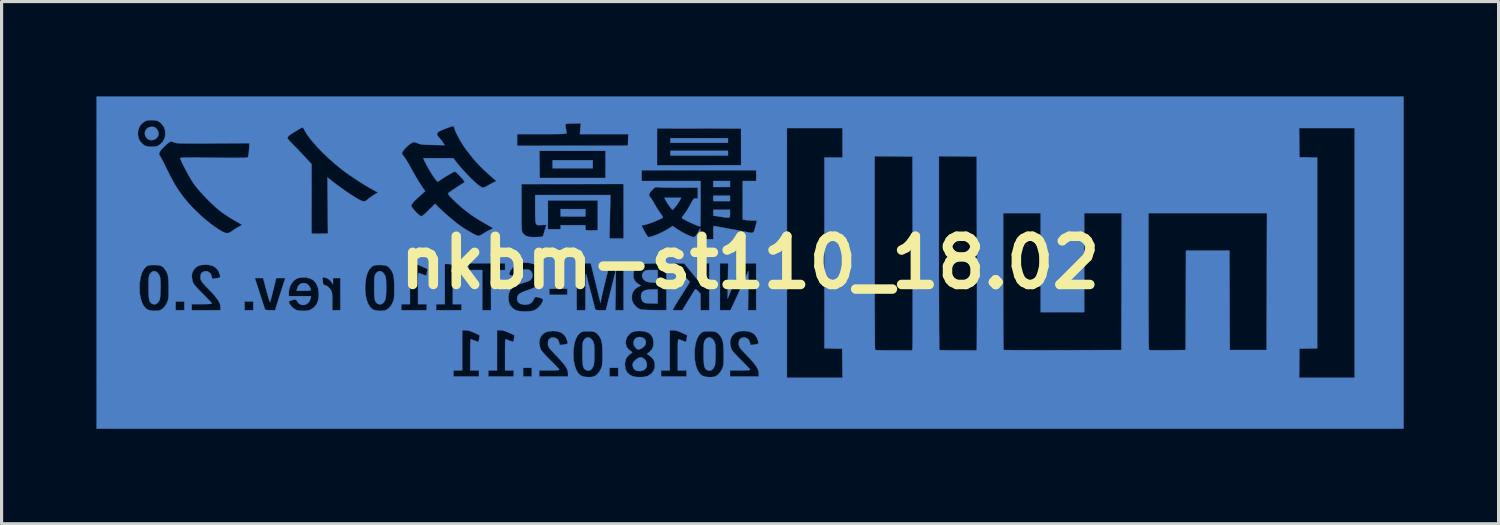
<source format=kicad_pcb>
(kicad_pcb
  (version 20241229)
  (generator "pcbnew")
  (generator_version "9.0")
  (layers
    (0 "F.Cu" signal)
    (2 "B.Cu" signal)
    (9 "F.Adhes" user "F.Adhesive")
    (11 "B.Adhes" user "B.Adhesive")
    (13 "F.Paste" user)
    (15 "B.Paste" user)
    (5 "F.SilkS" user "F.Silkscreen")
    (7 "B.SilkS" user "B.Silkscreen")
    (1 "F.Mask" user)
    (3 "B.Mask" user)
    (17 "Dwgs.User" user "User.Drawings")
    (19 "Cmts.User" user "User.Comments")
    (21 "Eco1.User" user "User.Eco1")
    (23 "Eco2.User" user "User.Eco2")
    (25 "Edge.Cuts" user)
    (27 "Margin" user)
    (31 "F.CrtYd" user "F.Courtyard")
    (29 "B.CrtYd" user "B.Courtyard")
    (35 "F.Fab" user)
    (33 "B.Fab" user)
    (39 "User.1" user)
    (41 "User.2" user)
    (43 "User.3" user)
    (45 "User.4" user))
  (footprint "nkbm-st110_18.02"
    (layer "F.Cu")
    (at 20.664 5.254)
    (property "Reference" "nkbm-st110_18.02" (at 0 0 0) (layer "F.SilkS") (effects (font (size 1.524 1.524) (thickness 0.3))))
    (attr through_hole)
    (fp_poly (pts (xy -5.207 -1.46) (xy -5.99 -1.46) (xy -5.99 -1.693) (xy -5.207 -1.693) (xy -5.207 -1.46)) (stroke (width 0.01) (type solid)) (fill yes) (layer "B.Cu"))
    (fp_poly (pts (xy -4.974 -2.985) (xy -6.244 -2.985) (xy -6.244 -3.239) (xy -4.974 -3.239) (xy -4.974 -2.985)) (stroke (width 0.01) (type solid)) (fill yes) (layer "B.Cu"))
    (fp_poly (pts (xy -0.699 -3.789) (xy -2.519 -3.789) (xy -2.519 -3.937) (xy -0.699 -3.937) (xy -0.699 -3.789)) (stroke (width 0.01) (type solid)) (fill yes) (layer "B.Cu"))
    (fp_poly (pts (xy -0.699 -3.387) (xy -2.519 -3.387) (xy -2.519 -3.535) (xy -0.699 -3.535) (xy -0.699 -3.387)) (stroke (width 0.01) (type solid)) (fill yes) (layer "B.Cu"))
    (fp_poly (pts (xy -0.635 -2.392) (xy -1.164 -2.392) (xy -1.164 -2.582) (xy -0.635 -2.582) (xy -0.635 -2.392)) (stroke (width 0.01) (type solid)) (fill yes) (layer "B.Cu"))
    (fp_poly (pts (xy -0.635 -1.947) (xy -1.164 -1.947) (xy -1.164 -2.117) (xy -0.635 -2.117) (xy -0.635 -1.947)) (stroke (width 0.01) (type solid)) (fill yes) (layer "B.Cu"))
    (fp_poly (pts (xy -0.635 -1.545) (xy -0.635 -1.492) (xy -0.638 -1.455) (xy -0.652 -1.432) (xy -0.681 -1.422) (xy -0.733 -1.423) (xy -0.812 -1.434) (xy -0.927 -1.451) (xy -0.958 -1.456) (xy -1.164 -1.488) (xy -1.164 -1.672) (xy -0.635 -1.672) (xy -0.635 -1.545)) (stroke (width 0.01) (type solid)) (fill yes) (layer "B.Cu"))
    (fp_poly (pts (xy -14.001 0.675) (xy -13.939 0.736) (xy -13.921 0.768) (xy -13.898 0.822) (xy -13.886 0.861) (xy -13.885 0.866) (xy -13.906 0.878) (xy -13.969 0.885) (xy -14.073 0.889) (xy -14.11 0.889) (xy -14.335 0.889) (xy -14.322 0.821) (xy -14.287 0.737) (xy -14.228 0.679) (xy -14.155 0.648) (xy -14.076 0.647) (xy -14.001 0.675)) (stroke (width 0.01) (type solid)) (fill yes) (layer "B.Cu"))
    (fp_poly (pts (xy -2.921 1.291) (xy -3.106 1.29) (xy -3.196 1.287) (xy -3.274 1.281) (xy -3.327 1.273) (xy -3.337 1.27) (xy -3.4 1.223) (xy -3.439 1.146) (xy -3.45 1.064) (xy -3.438 0.981) (xy -3.4 0.919) (xy -3.332 0.878) (xy -3.23 0.854) (xy -3.093 0.847) (xy -3.089 0.847) (xy -2.921 0.847) (xy -2.921 1.291)) (stroke (width 0.01) (type solid)) (fill yes) (layer "B.Cu"))
    (fp_poly (pts (xy -2.221 -1.972) (xy -2.254 -1.916) (xy -2.299 -1.849) (xy -2.348 -1.783) (xy -2.396 -1.725) (xy -2.433 -1.685) (xy -2.453 -1.672) (xy -2.473 -1.688) (xy -2.509 -1.731) (xy -2.553 -1.79) (xy -2.555 -1.794) (xy -2.605 -1.867) (xy -2.649 -1.938) (xy -2.675 -1.984) (xy -2.71 -2.053) (xy -2.179 -2.053) (xy -2.221 -1.972)) (stroke (width 0.01) (type solid)) (fill yes) (layer "B.Cu"))
    (fp_poly (pts (xy -3.404 2.365) (xy -3.339 2.407) (xy -3.302 2.467) (xy -3.294 2.537) (xy -3.318 2.608) (xy -3.374 2.674) (xy -3.429 2.709) (xy -3.494 2.74) (xy -3.538 2.748) (xy -3.576 2.731) (xy -3.621 2.69) (xy -3.671 2.616) (xy -3.687 2.537) (xy -3.672 2.461) (xy -3.628 2.399) (xy -3.561 2.359) (xy -3.496 2.349) (xy -3.404 2.365)) (stroke (width 0.01) (type solid)) (fill yes) (layer "B.Cu"))
    (fp_poly (pts (xy -2.921 0.635) (xy -3.022 0.632) (xy -3.107 0.627) (xy -3.194 0.618) (xy -3.213 0.615) (xy -3.303 0.585) (xy -3.369 0.533) (xy -3.408 0.466) (xy -3.417 0.393) (xy -3.392 0.323) (xy -3.356 0.281) (xy -3.323 0.257) (xy -3.286 0.243) (xy -3.233 0.236) (xy -3.153 0.233) (xy -3.11 0.233) (xy -2.921 0.233) (xy -2.921 0.635)) (stroke (width 0.01) (type solid)) (fill yes) (layer "B.Cu"))
    (fp_poly (pts (xy -18.848 -4.29) (xy -18.797 -4.264) (xy -18.763 -4.232) (xy -18.714 -4.155) (xy -18.7 -4.073) (xy -18.719 -3.995) (xy -18.767 -3.93) (xy -18.84 -3.886) (xy -18.918 -3.873) (xy -18.989 -3.881) (xy -19.043 -3.909) (xy -19.073 -3.935) (xy -19.123 -4.011) (xy -19.138 -4.092) (xy -19.12 -4.17) (xy -19.074 -4.236) (xy -19.004 -4.281) (xy -18.918 -4.297) (xy -18.848 -4.29)) (stroke (width 0.01) (type solid)) (fill yes) (layer "B.Cu"))
    (fp_poly (pts (xy -3.421 2.997) (xy -3.358 3.033) (xy -3.304 3.091) (xy -3.29 3.114) (xy -3.262 3.206) (xy -3.271 3.291) (xy -3.311 3.361) (xy -3.379 3.41) (xy -3.47 3.428) (xy -3.475 3.428) (xy -3.544 3.422) (xy -3.602 3.411) (xy -3.613 3.408) (xy -3.666 3.366) (xy -3.703 3.3) (xy -3.717 3.226) (xy -3.714 3.193) (xy -3.686 3.14) (xy -3.632 3.083) (xy -3.563 3.031) (xy -3.494 2.997) (xy -3.48 2.993) (xy -3.421 2.997)) (stroke (width 0.01) (type solid)) (fill yes) (layer "B.Cu"))
    (fp_poly (pts (xy -18.793 0.275) (xy -18.729 0.32) (xy -18.68 0.392) (xy -18.663 0.431) (xy -18.651 0.476) (xy -18.644 0.535) (xy -18.64 0.615) (xy -18.638 0.726) (xy -18.638 0.783) (xy -18.64 0.93) (xy -18.647 1.049) (xy -18.657 1.133) (xy -18.665 1.167) (xy -18.71 1.253) (xy -18.77 1.305) (xy -18.839 1.321) (xy -18.904 1.302) (xy -18.943 1.275) (xy -18.972 1.238) (xy -18.993 1.184) (xy -19.007 1.11) (xy -19.014 1.007) (xy -19.018 0.871) (xy -19.018 0.783) (xy -19.018 0.648) (xy -19.015 0.549) (xy -19.011 0.477) (xy -19.003 0.426) (xy -18.991 0.388) (xy -18.98 0.364) (xy -18.925 0.297) (xy -18.861 0.267) (xy -18.793 0.275)) (stroke (width 0.01) (type solid)) (fill yes) (layer "B.Cu"))
    (fp_poly (pts (xy -11.66 0.275) (xy -11.596 0.32) (xy -11.547 0.392) (xy -11.53 0.431) (xy -11.518 0.476) (xy -11.511 0.535) (xy -11.507 0.615) (xy -11.505 0.726) (xy -11.505 0.783) (xy -11.507 0.93) (xy -11.513 1.049) (xy -11.523 1.133) (xy -11.532 1.167) (xy -11.577 1.253) (xy -11.636 1.305) (xy -11.706 1.321) (xy -11.771 1.302) (xy -11.81 1.275) (xy -11.839 1.238) (xy -11.86 1.184) (xy -11.873 1.11) (xy -11.881 1.007) (xy -11.885 0.871) (xy -11.885 0.783) (xy -11.884 0.648) (xy -11.882 0.549) (xy -11.877 0.477) (xy -11.87 0.426) (xy -11.858 0.388) (xy -11.847 0.364) (xy -11.792 0.297) (xy -11.727 0.267) (xy -11.66 0.275)) (stroke (width 0.01) (type solid)) (fill yes) (layer "B.Cu"))
    (fp_poly (pts (xy -5.077 2.371) (xy -5.013 2.416) (xy -4.964 2.487) (xy -4.947 2.527) (xy -4.935 2.572) (xy -4.928 2.63) (xy -4.924 2.711) (xy -4.922 2.821) (xy -4.922 2.879) (xy -4.924 3.026) (xy -4.931 3.144) (xy -4.941 3.229) (xy -4.949 3.262) (xy -4.994 3.348) (xy -5.054 3.401) (xy -5.123 3.416) (xy -5.188 3.397) (xy -5.227 3.37) (xy -5.256 3.333) (xy -5.277 3.28) (xy -5.291 3.205) (xy -5.298 3.103) (xy -5.302 2.967) (xy -5.302 2.879) (xy -5.302 2.744) (xy -5.299 2.644) (xy -5.295 2.572) (xy -5.287 2.521) (xy -5.275 2.483) (xy -5.264 2.46) (xy -5.209 2.392) (xy -5.145 2.363) (xy -5.077 2.371)) (stroke (width 0.01) (type solid)) (fill yes) (layer "B.Cu"))
    (fp_poly (pts (xy -1.246 2.371) (xy -1.182 2.416) (xy -1.133 2.487) (xy -1.116 2.527) (xy -1.104 2.572) (xy -1.097 2.63) (xy -1.093 2.711) (xy -1.091 2.821) (xy -1.091 2.879) (xy -1.093 3.026) (xy -1.099 3.144) (xy -1.109 3.229) (xy -1.118 3.262) (xy -1.163 3.348) (xy -1.222 3.401) (xy -1.292 3.416) (xy -1.357 3.397) (xy -1.396 3.37) (xy -1.425 3.333) (xy -1.446 3.28) (xy -1.459 3.205) (xy -1.467 3.103) (xy -1.471 2.967) (xy -1.471 2.879) (xy -1.47 2.744) (xy -1.468 2.644) (xy -1.463 2.572) (xy -1.456 2.521) (xy -1.444 2.483) (xy -1.433 2.46) (xy -1.378 2.392) (xy -1.313 2.363) (xy -1.246 2.371)) (stroke (width 0.01) (type solid)) (fill yes) (layer "B.Cu"))
    (fp_poly (pts (xy 20.659 5.249) (xy -20.659 5.249) (xy -20.659 3.408) (xy -9.377 3.408) (xy -9.377 3.598) (xy -8.572 3.598) (xy -8.572 3.408) (xy -8.276 3.408) (xy -8.276 3.598) (xy -7.472 3.598) (xy -7.472 3.408) (xy -7.747 3.408) (xy -7.747 3.323) (xy -7.176 3.323) (xy -7.176 3.598) (xy -6.9 3.598) (xy -6.9 3.408) (xy -6.668 3.408) (xy -6.668 3.598) (xy -5.757 3.598) (xy -5.757 3.496) (xy -5.766 3.426) (xy -5.795 3.35) (xy -5.847 3.263) (xy -5.925 3.162) (xy -6.031 3.043) (xy -6.127 2.942) (xy -6.168 2.9) (xy -5.587 2.9) (xy -5.577 3.081) (xy -5.547 3.244) (xy -5.499 3.382) (xy -5.436 3.49) (xy -5.359 3.564) (xy -5.338 3.576) (xy -5.263 3.602) (xy -5.165 3.616) (xy -5.062 3.619) (xy -4.971 3.608) (xy -4.915 3.59) (xy -4.829 3.527) (xy -4.756 3.432) (xy -4.716 3.355) (xy -4.703 3.323) (xy -4.445 3.323) (xy -4.445 3.598) (xy -4.17 3.598) (xy -4.17 3.323) (xy -4.445 3.323) (xy -4.703 3.323) (xy -4.697 3.311) (xy -4.684 3.268) (xy -4.677 3.228) (xy -3.958 3.228) (xy -3.942 3.357) (xy -3.892 3.461) (xy -3.807 3.542) (xy -3.725 3.586) (xy -3.643 3.608) (xy -3.537 3.618) (xy -3.422 3.617) (xy -3.314 3.604) (xy -3.23 3.581) (xy -3.226 3.579) (xy -3.126 3.512) (xy -3.054 3.418) (xy -3.05 3.408) (xy -2.815 3.408) (xy -2.815 3.598) (xy -2.011 3.598) (xy -2.011 3.408) (xy -2.286 3.408) (xy -2.286 2.908) (xy -2.286 2.9) (xy -1.756 2.9) (xy -1.746 3.081) (xy -1.716 3.244) (xy -1.668 3.382) (xy -1.605 3.49) (xy -1.527 3.564) (xy -1.507 3.576) (xy -1.431 3.602) (xy -1.334 3.616) (xy -1.231 3.619) (xy -1.139 3.608) (xy -1.084 3.59) (xy -0.998 3.527) (xy -0.925 3.432) (xy -0.913 3.408) (xy -0.635 3.408) (xy -0.635 3.598) (xy 0.275 3.598) (xy 0.275 3.496) (xy 0.266 3.426) (xy 0.237 3.35) (xy 0.185 3.263) (xy 0.108 3.162) (xy 0.002 3.043) (xy -0.094 2.942) (xy -0.19 2.842) (xy -0.26 2.766) (xy -0.308 2.708) (xy -0.338 2.661) (xy -0.353 2.619) (xy -0.359 2.577) (xy -0.36 2.555) (xy -0.35 2.468) (xy -0.318 2.411) (xy -0.258 2.375) (xy -0.254 2.374) (xy -0.171 2.365) (xy -0.096 2.391) (xy -0.037 2.446) (xy -0.004 2.523) (xy 0 2.563) (xy 0.003 2.59) (xy 0.02 2.601) (xy 0.062 2.6) (xy 0.106 2.595) (xy 0.191 2.582) (xy 0.24 2.568) (xy 0.263 2.549) (xy 0.265 2.52) (xy 0.261 2.501) (xy 0.214 2.369) (xy 0.141 2.27) (xy 0.042 2.203) (xy -0.086 2.167) (xy -0.197 2.159) (xy -0.338 2.171) (xy -0.449 2.208) (xy -0.533 2.272) (xy -0.588 2.351) (xy -0.619 2.42) (xy -0.631 2.486) (xy -0.629 2.563) (xy -0.616 2.644) (xy -0.595 2.72) (xy -0.582 2.752) (xy -0.555 2.789) (xy -0.504 2.85) (xy -0.433 2.927) (xy -0.349 3.014) (xy -0.273 3.091) (xy -0.186 3.178) (xy -0.11 3.257) (xy -0.05 3.32) (xy -0.012 3.365) (xy 0 3.384) (xy -0.017 3.394) (xy -0.068 3.402) (xy -0.156 3.406) (xy -0.284 3.408) (xy -0.318 3.408) (xy -0.635 3.408) (xy -0.913 3.408) (xy -0.885 3.355) (xy -0.866 3.311) (xy -0.853 3.268) (xy -0.844 3.217) (xy -0.839 3.151) (xy -0.837 3.06) (xy -0.836 2.936) (xy -0.836 2.91) (xy -0.838 2.752) (xy -0.844 2.628) (xy -0.855 2.532) (xy -0.873 2.455) (xy -0.9 2.39) (xy -0.935 2.33) (xy -0.937 2.328) (xy -0.992 2.256) (xy -1.05 2.209) (xy -1.12 2.182) (xy -1.213 2.171) (xy -1.287 2.17) (xy -1.382 2.171) (xy -1.446 2.177) (xy -1.492 2.191) (xy -1.532 2.213) (xy -1.54 2.219) (xy -1.619 2.3) (xy -1.681 2.417) (xy -1.725 2.567) (xy -1.75 2.745) (xy -1.756 2.9) (xy -2.286 2.9) (xy -2.286 2.75) (xy -2.285 2.63) (xy -2.283 2.542) (xy -2.28 2.482) (xy -2.275 2.445) (xy -2.269 2.427) (xy -2.259 2.422) (xy -2.249 2.424) (xy -2.164 2.458) (xy -2.092 2.484) (xy -2.043 2.497) (xy -2.025 2.497) (xy -2.016 2.472) (xy -2.006 2.42) (xy -2.001 2.392) (xy -1.988 2.297) (xy -2.157 2.217) (xy -2.265 2.171) (xy -2.35 2.146) (xy -2.428 2.138) (xy -2.433 2.138) (xy -2.54 2.138) (xy -2.54 3.408) (xy -2.815 3.408) (xy -3.05 3.408) (xy -3.014 3.306) (xy -3.012 3.193) (xy -3.038 3.098) (xy -3.091 3.018) (xy -3.176 2.944) (xy -3.259 2.883) (xy -3.188 2.829) (xy -3.107 2.744) (xy -3.061 2.639) (xy -3.051 2.511) (xy -3.052 2.499) (xy -3.078 2.375) (xy -3.136 2.279) (xy -3.225 2.211) (xy -3.347 2.171) (xy -3.487 2.159) (xy -3.604 2.164) (xy -3.692 2.182) (xy -3.763 2.217) (xy -3.818 2.261) (xy -3.89 2.352) (xy -3.928 2.455) (xy -3.932 2.56) (xy -3.903 2.659) (xy -3.842 2.744) (xy -3.796 2.78) (xy -3.752 2.811) (xy -3.728 2.833) (xy -3.726 2.836) (xy -3.743 2.853) (xy -3.783 2.885) (xy -3.812 2.906) (xy -3.89 2.979) (xy -3.938 3.071) (xy -3.957 3.189) (xy -3.958 3.228) (xy -4.677 3.228) (xy -4.676 3.217) (xy -4.67 3.151) (xy -4.668 3.06) (xy -4.667 2.936) (xy -4.667 2.91) (xy -4.669 2.752) (xy -4.675 2.628) (xy -4.686 2.532) (xy -4.704 2.455) (xy -4.731 2.39) (xy -4.766 2.33) (xy -4.768 2.328) (xy -4.824 2.256) (xy -4.881 2.209) (xy -4.951 2.182) (xy -5.044 2.171) (xy -5.119 2.17) (xy -5.213 2.171) (xy -5.277 2.177) (xy -5.323 2.191) (xy -5.363 2.213) (xy -5.372 2.219) (xy -5.45 2.3) (xy -5.512 2.417) (xy -5.556 2.567) (xy -5.582 2.745) (xy -5.587 2.9) (xy -6.168 2.9) (xy -6.223 2.842) (xy -6.293 2.766) (xy -6.341 2.708) (xy -6.37 2.661) (xy -6.386 2.619) (xy -6.392 2.577) (xy -6.392 2.555) (xy -6.383 2.468) (xy -6.35 2.411) (xy -6.291 2.375) (xy -6.287 2.374) (xy -6.204 2.365) (xy -6.128 2.391) (xy -6.069 2.446) (xy -6.036 2.523) (xy -6.032 2.563) (xy -6.029 2.59) (xy -6.012 2.601) (xy -5.971 2.6) (xy -5.926 2.595) (xy -5.842 2.582) (xy -5.792 2.568) (xy -5.77 2.549) (xy -5.767 2.52) (xy -5.771 2.501) (xy -5.819 2.369) (xy -5.891 2.27) (xy -5.991 2.203) (xy -6.118 2.167) (xy -6.229 2.159) (xy -6.371 2.171) (xy -6.481 2.208) (xy -6.566 2.272) (xy -6.621 2.351) (xy -6.652 2.42) (xy -6.664 2.486) (xy -6.661 2.563) (xy -6.648 2.644) (xy -6.628 2.72) (xy -6.615 2.752) (xy -6.588 2.789) (xy -6.536 2.85) (xy -6.466 2.927) (xy -6.382 3.014) (xy -6.305 3.091) (xy -6.218 3.178) (xy -6.142 3.257) (xy -6.083 3.32) (xy -6.045 3.365) (xy -6.032 3.384) (xy -6.049 3.394) (xy -6.1 3.402) (xy -6.189 3.406) (xy -6.317 3.408) (xy -6.35 3.408) (xy -6.668 3.408) (xy -6.9 3.408) (xy -6.9 3.323) (xy -7.176 3.323) (xy -7.747 3.323) (xy -7.747 2.908) (xy -7.747 2.75) (xy -7.746 2.63) (xy -7.744 2.542) (xy -7.741 2.482) (xy -7.736 2.445) (xy -7.73 2.427) (xy -7.72 2.422) (xy -7.71 2.424) (xy -7.625 2.458) (xy -7.553 2.484) (xy -7.504 2.497) (xy -7.486 2.497) (xy -7.477 2.472) (xy -7.467 2.42) (xy -7.462 2.392) (xy -7.449 2.297) (xy -7.618 2.217) (xy -7.726 2.171) (xy -7.811 2.146) (xy -7.889 2.138) (xy -7.894 2.138) (xy -8.001 2.138) (xy -8.001 3.408) (xy -8.276 3.408) (xy -8.572 3.408) (xy -8.848 3.408) (xy -8.848 2.908) (xy -8.847 2.75) (xy -8.847 2.63) (xy -8.845 2.542) (xy -8.842 2.482) (xy -8.837 2.445) (xy -8.83 2.427) (xy -8.821 2.422) (xy -8.811 2.424) (xy -8.726 2.458) (xy -8.654 2.484) (xy -8.604 2.497) (xy -8.586 2.497) (xy -8.578 2.472) (xy -8.567 2.42) (xy -8.563 2.392) (xy -8.55 2.297) (xy -8.719 2.217) (xy -8.826 2.171) (xy -8.912 2.146) (xy -8.989 2.138) (xy -8.995 2.138) (xy -9.102 2.138) (xy -9.102 3.408) (xy -9.377 3.408) (xy -20.659 3.408) (xy -20.659 0.804) (xy -19.303 0.804) (xy -19.293 0.986) (xy -19.263 1.148) (xy -19.215 1.286) (xy -19.152 1.395) (xy -19.075 1.469) (xy -19.054 1.481) (xy -18.979 1.507) (xy -18.881 1.521) (xy -18.778 1.523) (xy -18.687 1.513) (xy -18.631 1.494) (xy -18.545 1.431) (xy -18.472 1.337) (xy -18.432 1.259) (xy -18.419 1.228) (xy -18.161 1.228) (xy -18.161 1.503) (xy -17.886 1.503) (xy -17.886 1.312) (xy -17.653 1.312) (xy -17.653 1.503) (xy -16.743 1.503) (xy -16.743 1.401) (xy -16.752 1.33) (xy -16.781 1.254) (xy -16.797 1.228) (xy -15.981 1.228) (xy -15.981 1.503) (xy -15.706 1.503) (xy -15.706 1.228) (xy -15.981 1.228) (xy -16.797 1.228) (xy -16.833 1.168) (xy -16.91 1.067) (xy -17.016 0.947) (xy -17.112 0.847) (xy -17.208 0.747) (xy -17.278 0.671) (xy -17.326 0.612) (xy -17.356 0.565) (xy -17.371 0.524) (xy -17.377 0.482) (xy -17.378 0.46) (xy -17.368 0.372) (xy -17.336 0.315) (xy -17.276 0.28) (xy -17.272 0.278) (xy -17.189 0.269) (xy -17.114 0.296) (xy -17.055 0.35) (xy -17.022 0.427) (xy -17.018 0.467) (xy -17.015 0.494) (xy -16.998 0.506) (xy -16.956 0.505) (xy -16.912 0.499) (xy -16.829 0.487) (xy -15.658 0.487) (xy -15.502 0.968) (xy -15.458 1.104) (xy -15.418 1.228) (xy -15.384 1.333) (xy -15.357 1.413) (xy -15.341 1.463) (xy -15.336 1.476) (xy -15.311 1.492) (xy -15.249 1.501) (xy -15.169 1.503) (xy -15.012 1.503) (xy -14.989 1.413) (xy -14.975 1.365) (xy -14.95 1.285) (xy -14.918 1.18) (xy -14.879 1.059) (xy -14.847 0.96) (xy -14.584 0.96) (xy -14.584 1.058) (xy -13.88 1.058) (xy -13.894 1.127) (xy -13.93 1.222) (xy -13.991 1.292) (xy -14.071 1.333) (xy -14.16 1.339) (xy -14.216 1.323) (xy -14.286 1.275) (xy -14.315 1.228) (xy -14.34 1.184) (xy -14.366 1.164) (xy -14.367 1.164) (xy -14.416 1.17) (xy -14.476 1.184) (xy -14.533 1.202) (xy -14.573 1.221) (xy -14.584 1.231) (xy -14.567 1.29) (xy -14.521 1.358) (xy -14.456 1.425) (xy -14.38 1.48) (xy -14.362 1.491) (xy -14.294 1.511) (xy -14.201 1.522) (xy -14.098 1.524) (xy -13.999 1.516) (xy -13.92 1.498) (xy -13.9 1.49) (xy -13.784 1.412) (xy -13.702 1.31) (xy -13.652 1.183) (xy -13.634 1.03) (xy -13.636 0.955) (xy -13.66 0.794) (xy -13.713 0.665) (xy -13.793 0.567) (xy -13.9 0.502) (xy -13.947 0.491) (xy -13.522 0.491) (xy -13.518 0.513) (xy -13.508 0.57) (xy -13.505 0.63) (xy -13.498 0.677) (xy -13.483 0.698) (xy -13.481 0.699) (xy -13.418 0.715) (xy -13.348 0.759) (xy -13.286 0.82) (xy -13.26 0.857) (xy -13.239 0.896) (xy -13.224 0.935) (xy -13.215 0.982) (xy -13.21 1.046) (xy -13.208 1.137) (xy -13.208 1.224) (xy -13.208 1.503) (xy -12.954 1.503) (xy -12.954 0.804) (xy -12.17 0.804) (xy -12.16 0.986) (xy -12.13 1.148) (xy -12.082 1.286) (xy -12.019 1.395) (xy -11.941 1.469) (xy -11.921 1.481) (xy -11.845 1.507) (xy -11.748 1.521) (xy -11.645 1.523) (xy -11.553 1.513) (xy -11.498 1.494) (xy -11.412 1.431) (xy -11.339 1.337) (xy -11.327 1.312) (xy -11.028 1.312) (xy -11.028 1.503) (xy -10.223 1.503) (xy -10.223 1.312) (xy -9.927 1.312) (xy -9.927 1.503) (xy -9.123 1.503) (xy -9.123 1.312) (xy -9.398 1.312) (xy -9.398 0.813) (xy -9.398 0.655) (xy -9.397 0.534) (xy -9.395 0.446) (xy -9.392 0.387) (xy -9.387 0.35) (xy -9.381 0.331) (xy -9.371 0.326) (xy -9.361 0.329) (xy -9.276 0.363) (xy -9.204 0.388) (xy -9.155 0.402) (xy -9.137 0.402) (xy -9.128 0.376) (xy -9.118 0.324) (xy -9.113 0.296) (xy -9.1 0.201) (xy -9.269 0.122) (xy -9.377 0.076) (xy -9.462 0.051) (xy -9.54 0.042) (xy -9.545 0.042) (xy -9.652 0.042) (xy -9.652 1.312) (xy -9.927 1.312) (xy -10.223 1.312) (xy -10.499 1.312) (xy -10.499 0.813) (xy -10.498 0.655) (xy -10.498 0.534) (xy -10.496 0.446) (xy -10.493 0.387) (xy -10.488 0.35) (xy -10.481 0.331) (xy -10.472 0.326) (xy -10.462 0.329) (xy -10.377 0.363) (xy -10.305 0.388) (xy -10.255 0.402) (xy -10.237 0.402) (xy -10.229 0.376) (xy -10.218 0.324) (xy -10.214 0.296) (xy -10.201 0.201) (xy -10.37 0.122) (xy -10.477 0.076) (xy -10.563 0.051) (xy -10.64 0.042) (xy -10.646 0.042) (xy -10.753 0.042) (xy -10.753 1.312) (xy -11.028 1.312) (xy -11.327 1.312) (xy -11.299 1.259) (xy -11.28 1.216) (xy -11.267 1.173) (xy -11.258 1.122) (xy -11.253 1.055) (xy -11.251 0.964) (xy -11.25 0.841) (xy -11.25 0.815) (xy -11.252 0.657) (xy -11.258 0.533) (xy -11.269 0.436) (xy -11.287 0.36) (xy -11.314 0.295) (xy -11.349 0.235) (xy -11.351 0.233) (xy -11.406 0.16) (xy -11.464 0.114) (xy -11.534 0.087) (xy -11.627 0.076) (xy -11.701 0.074) (xy -11.796 0.076) (xy -11.86 0.082) (xy -11.906 0.095) (xy -11.946 0.118) (xy -11.954 0.124) (xy -12.033 0.205) (xy -12.095 0.322) (xy -12.139 0.471) (xy -12.164 0.65) (xy -12.17 0.804) (xy -12.954 0.804) (xy -12.954 0.487) (xy -13.187 0.487) (xy -13.187 0.688) (xy -13.229 0.619) (xy -13.291 0.547) (xy -13.37 0.493) (xy -13.452 0.467) (xy -13.47 0.466) (xy -13.512 0.47) (xy -13.522 0.491) (xy -13.947 0.491) (xy -14.034 0.47) (xy -14.107 0.466) (xy -14.231 0.474) (xy -14.326 0.502) (xy -14.406 0.555) (xy -14.46 0.611) (xy -14.537 0.728) (xy -14.576 0.859) (xy -14.584 0.96) (xy -14.847 0.96) (xy -14.837 0.927) (xy -14.83 0.905) (xy -14.694 0.487) (xy -14.981 0.487) (xy -15.071 0.852) (xy -15.101 0.972) (xy -15.128 1.078) (xy -15.151 1.163) (xy -15.167 1.221) (xy -15.175 1.243) (xy -15.184 1.232) (xy -15.202 1.185) (xy -15.226 1.109) (xy -15.256 1.009) (xy -15.288 0.891) (xy -15.292 0.878) (xy -15.395 0.487) (xy -15.658 0.487) (xy -16.829 0.487) (xy -16.827 0.487) (xy -16.778 0.473) (xy -16.755 0.454) (xy -16.753 0.425) (xy -16.757 0.405) (xy -16.804 0.273) (xy -16.877 0.174) (xy -16.976 0.107) (xy -17.104 0.071) (xy -17.215 0.064) (xy -17.356 0.075) (xy -17.467 0.112) (xy -17.551 0.177) (xy -17.606 0.255) (xy -17.637 0.325) (xy -17.649 0.39) (xy -17.647 0.468) (xy -17.634 0.549) (xy -17.613 0.625) (xy -17.6 0.656) (xy -17.573 0.694) (xy -17.522 0.754) (xy -17.451 0.831) (xy -17.367 0.919) (xy -17.291 0.995) (xy -17.204 1.083) (xy -17.128 1.161) (xy -17.068 1.225) (xy -17.03 1.269) (xy -17.018 1.288) (xy -17.035 1.299) (xy -17.086 1.306) (xy -17.174 1.31) (xy -17.302 1.312) (xy -17.335 1.312) (xy -17.653 1.312) (xy -17.886 1.312) (xy -17.886 1.228) (xy -18.161 1.228) (xy -18.419 1.228) (xy -18.413 1.216) (xy -18.4 1.173) (xy -18.392 1.122) (xy -18.386 1.055) (xy -18.384 0.964) (xy -18.383 0.841) (xy -18.383 0.815) (xy -18.385 0.657) (xy -18.391 0.533) (xy -18.402 0.436) (xy -18.42 0.36) (xy -18.447 0.295) (xy -18.482 0.235) (xy -18.484 0.233) (xy -18.54 0.16) (xy -18.597 0.114) (xy -18.667 0.087) (xy -18.76 0.076) (xy -18.835 0.074) (xy -18.929 0.076) (xy -18.993 0.082) (xy -19.039 0.095) (xy -19.079 0.118) (xy -19.088 0.124) (xy -19.166 0.205) (xy -19.228 0.322) (xy -19.272 0.471) (xy -19.298 0.65) (xy -19.303 0.804) (xy -20.659 0.804) (xy -20.659 0.021) (xy -8.911 0.021) (xy -8.911 0.233) (xy -8.467 0.233) (xy -8.467 1.503) (xy -8.191 1.503) (xy -8.191 1.1) (xy -7.641 1.1) (xy -7.63 1.228) (xy -7.594 1.33) (xy -7.53 1.415) (xy -7.519 1.425) (xy -7.451 1.479) (xy -7.374 1.514) (xy -7.279 1.534) (xy -7.157 1.541) (xy -7.08 1.54) (xy -6.977 1.536) (xy -6.905 1.528) (xy -6.85 1.515) (xy -6.801 1.494) (xy -6.771 1.477) (xy -6.686 1.411) (xy -6.612 1.325) (xy -6.561 1.234) (xy -6.55 1.2) (xy -6.547 1.168) (xy -6.562 1.146) (xy -6.605 1.125) (xy -6.638 1.114) (xy -6.718 1.089) (xy -6.771 1.084) (xy -6.804 1.1) (xy -6.83 1.141) (xy -6.84 1.164) (xy -6.896 1.252) (xy -6.975 1.307) (xy -7.08 1.329) (xy -7.138 1.328) (xy -7.246 1.309) (xy -7.318 1.268) (xy -7.357 1.203) (xy -7.366 1.138) (xy -7.357 1.071) (xy -7.325 1.015) (xy -7.267 0.967) (xy -7.177 0.921) (xy -7.051 0.875) (xy -7.036 0.871) (xy -6.914 0.826) (xy -6.35 0.826) (xy -6.35 1.016) (xy -5.779 1.016) (xy -5.779 0.826) (xy -6.35 0.826) (xy -6.914 0.826) (xy -6.882 0.814) (xy -6.767 0.753) (xy -6.685 0.684) (xy -6.633 0.601) (xy -6.606 0.5) (xy -6.6 0.408) (xy -6.602 0.325) (xy -6.614 0.267) (xy -6.64 0.215) (xy -6.66 0.185) (xy -6.734 0.103) (xy -6.825 0.047) (xy -6.918 0.021) (xy -5.482 0.021) (xy -5.482 1.503) (xy -5.207 1.503) (xy -5.205 0.894) (xy -5.204 0.713) (xy -5.202 0.571) (xy -5.199 0.467) (xy -5.196 0.398) (xy -5.192 0.363) (xy -5.186 0.358) (xy -5.182 0.37) (xy -5.168 0.425) (xy -5.146 0.509) (xy -5.119 0.616) (xy -5.087 0.738) (xy -5.053 0.87) (xy -5.019 1.003) (xy -4.985 1.131) (xy -4.955 1.248) (xy -4.929 1.346) (xy -4.91 1.42) (xy -4.899 1.461) (xy -4.898 1.466) (xy -4.885 1.485) (xy -4.857 1.496) (xy -4.804 1.502) (xy -4.724 1.503) (xy -4.561 1.503) (xy -4.401 0.863) (xy -4.241 0.222) (xy -4.251 0.863) (xy -4.26 1.503) (xy -4 1.503) (xy -4 1.031) (xy -3.737 1.031) (xy -3.736 1.156) (xy -3.725 1.208) (xy -3.681 1.301) (xy -3.609 1.388) (xy -3.521 1.453) (xy -3.469 1.475) (xy -3.425 1.483) (xy -3.346 1.49) (xy -3.243 1.496) (xy -3.123 1.499) (xy -3.022 1.501) (xy -2.646 1.503) (xy -2.646 1.483) (xy -2.443 1.483) (xy -2.436 1.495) (xy -2.405 1.501) (xy -2.343 1.503) (xy -2.299 1.503) (xy -2.142 1.503) (xy -1.946 1.18) (xy -1.882 1.075) (xy -1.825 0.982) (xy -1.779 0.907) (xy -1.747 0.858) (xy -1.735 0.839) (xy -1.713 0.843) (xy -1.674 0.872) (xy -1.643 0.903) (xy -1.567 0.984) (xy -1.567 1.244) (xy -1.566 1.503) (xy -1.291 1.503) (xy -1.291 0.021) (xy -0.953 0.021) (xy -0.953 1.503) (xy -0.621 1.503) (xy -0.391 1.011) (xy -0.326 0.869) (xy -0.263 0.733) (xy -0.207 0.609) (xy -0.16 0.505) (xy -0.126 0.427) (xy -0.111 0.392) (xy -0.084 0.326) (xy -0.064 0.279) (xy -0.056 0.261) (xy -0.055 0.28) (xy -0.055 0.337) (xy -0.056 0.425) (xy -0.056 0.541) (xy -0.057 0.677) (xy -0.059 0.831) (xy -0.059 0.88) (xy -0.065 1.503) (xy 0.191 1.503) (xy 0.191 0.021) (xy -0.016 0.022) (xy -0.222 0.022) (xy -0.4 0.408) (xy -0.46 0.54) (xy -0.518 0.671) (xy -0.57 0.792) (xy -0.613 0.893) (xy -0.64 0.963) (xy -0.669 1.04) (xy -0.692 1.101) (xy -0.706 1.134) (xy -0.708 1.138) (xy -0.709 1.119) (xy -0.709 1.064) (xy -0.709 0.977) (xy -0.707 0.864) (xy -0.706 0.73) (xy -0.703 0.583) (xy -0.693 0.021) (xy -0.953 0.021) (xy -1.291 0.021) (xy -1.565 0.021) (xy -1.571 0.333) (xy -1.577 0.645) (xy -1.831 0.334) (xy -2.085 0.024) (xy -2.253 0.022) (xy -2.42 0.021) (xy -2.378 0.069) (xy -2.35 0.101) (xy -2.3 0.158) (xy -2.234 0.234) (xy -2.158 0.321) (xy -2.121 0.364) (xy -1.905 0.611) (xy -2.159 1.016) (xy -2.234 1.135) (xy -2.302 1.244) (xy -2.359 1.337) (xy -2.403 1.409) (xy -2.43 1.453) (xy -2.435 1.462) (xy -2.443 1.483) (xy -2.646 1.483) (xy -2.646 0.019) (xy -3.043 0.025) (xy -3.188 0.028) (xy -3.298 0.032) (xy -3.378 0.037) (xy -3.437 0.045) (xy -3.481 0.056) (xy -3.516 0.07) (xy -3.519 0.071) (xy -3.608 0.137) (xy -3.665 0.231) (xy -3.69 0.352) (xy -3.691 0.382) (xy -3.683 0.485) (xy -3.649 0.566) (xy -3.583 0.636) (xy -3.528 0.675) (xy -3.45 0.727) (xy -3.531 0.762) (xy -3.631 0.829) (xy -3.701 0.92) (xy -3.737 1.031) (xy -4 1.031) (xy -4 0.021) (xy -4.437 0.021) (xy -4.547 0.471) (xy -4.582 0.616) (xy -4.617 0.759) (xy -4.648 0.891) (xy -4.674 1.002) (xy -4.692 1.083) (xy -4.694 1.094) (xy -4.731 1.268) (xy -4.864 0.723) (xy -4.9 0.573) (xy -4.935 0.433) (xy -4.965 0.309) (xy -4.991 0.207) (xy -5.009 0.135) (xy -5.018 0.1) (xy -5.04 0.021) (xy -5.482 0.021) (xy -6.918 0.021) (xy -6.94 0.015) (xy -7.057 0.003) (xy -7.197 0.004) (xy -7.307 0.023) (xy -7.398 0.062) (xy -7.463 0.11) (xy -7.517 0.167) (xy -7.564 0.234) (xy -7.599 0.299) (xy -7.614 0.352) (xy -7.613 0.37) (xy -7.588 0.389) (xy -7.536 0.41) (xy -7.472 0.43) (xy -7.411 0.442) (xy -7.382 0.445) (xy -7.357 0.426) (xy -7.331 0.382) (xy -7.327 0.371) (xy -7.276 0.286) (xy -7.2 0.232) (xy -7.106 0.21) (xy -7 0.224) (xy -6.975 0.233) (xy -6.918 0.275) (xy -6.885 0.339) (xy -6.877 0.415) (xy -6.896 0.489) (xy -6.942 0.55) (xy -6.947 0.554) (xy -6.99 0.577) (xy -7.06 0.605) (xy -7.142 0.633) (xy -7.154 0.636) (xy -7.318 0.691) (xy -7.443 0.749) (xy -7.535 0.814) (xy -7.595 0.89) (xy -7.629 0.981) (xy -7.641 1.09) (xy -7.641 1.1) (xy -8.191 1.1) (xy -8.191 0.233) (xy -7.747 0.233) (xy -7.747 0.021) (xy -8.911 0.021) (xy -20.659 0.021) (xy -20.659 -3.441) (xy -18.685 -3.441) (xy -18.675 -3.402) (xy -18.652 -3.367) (xy -18.629 -3.329) (xy -18.591 -3.259) (xy -18.544 -3.167) (xy -18.49 -3.06) (xy -18.45 -2.978) (xy -18.32 -2.717) (xy -18.194 -2.488) (xy -18.066 -2.284) (xy -17.932 -2.097) (xy -17.785 -1.917) (xy -17.619 -1.736) (xy -17.591 -1.707) (xy -17.319 -1.447) (xy -17.048 -1.223) (xy -16.798 -1.05) (xy -16.69 -0.985) (xy -16.606 -0.947) (xy -16.537 -0.933) (xy -16.476 -0.943) (xy -16.412 -0.976) (xy -16.369 -1.007) (xy -16.292 -1.061) (xy -16.206 -1.113) (xy -16.168 -1.134) (xy -16.111 -1.164) (xy -16.074 -1.187) (xy -16.066 -1.195) (xy -16.083 -1.208) (xy -16.129 -1.237) (xy -16.198 -1.278) (xy -16.261 -1.314) (xy -16.457 -1.428) (xy -16.626 -1.539) (xy -16.781 -1.655) (xy -16.933 -1.785) (xy -17.095 -1.939) (xy -17.135 -1.978) (xy -17.242 -2.089) (xy -17.35 -2.206) (xy -17.448 -2.318) (xy -17.53 -2.418) (xy -17.575 -2.477) (xy -17.625 -2.552) (xy -17.684 -2.648) (xy -17.747 -2.758) (xy -17.811 -2.873) (xy -17.872 -2.987) (xy -17.927 -3.093) (xy -17.971 -3.185) (xy -18.001 -3.255) (xy -18.013 -3.296) (xy -18.013 -3.299) (xy -18.009 -3.306) (xy -17.994 -3.311) (xy -17.966 -3.316) (xy -17.92 -3.319) (xy -17.854 -3.322) (xy -17.764 -3.323) (xy -17.647 -3.323) (xy -17.5 -3.323) (xy -17.318 -3.321) (xy -17.1 -3.319) (xy -16.956 -3.318) (xy -16.706 -3.315) (xy -16.496 -3.313) (xy -16.322 -3.312) (xy -16.182 -3.313) (xy -16.072 -3.314) (xy -15.99 -3.316) (xy -15.932 -3.32) (xy -15.896 -3.325) (xy -15.878 -3.33) (xy -15.876 -3.332) (xy -15.866 -3.363) (xy -15.855 -3.427) (xy -15.845 -3.511) (xy -15.841 -3.568) (xy -15.827 -3.778) (xy -16.969 -3.771) (xy -17.221 -3.769) (xy -17.435 -3.769) (xy -17.614 -3.768) (xy -17.76 -3.769) (xy -17.878 -3.77) (xy -17.972 -3.772) (xy -18.044 -3.775) (xy -18.099 -3.778) (xy -18.139 -3.783) (xy -18.168 -3.79) (xy -18.19 -3.797) (xy -18.191 -3.797) (xy -18.253 -3.819) (xy -18.305 -3.831) (xy -18.314 -3.831) (xy -18.349 -3.816) (xy -18.403 -3.777) (xy -18.468 -3.721) (xy -18.536 -3.656) (xy -18.598 -3.59) (xy -18.646 -3.53) (xy -18.67 -3.49) (xy -18.685 -3.441) (xy -20.659 -3.441) (xy -20.659 -4.05) (xy -19.356 -4.05) (xy -19.333 -3.934) (xy -19.279 -3.828) (xy -19.194 -3.74) (xy -19.139 -3.704) (xy -19.085 -3.681) (xy -19.024 -3.669) (xy -18.941 -3.666) (xy -18.898 -3.667) (xy -18.812 -3.672) (xy -18.753 -3.681) (xy -18.708 -3.7) (xy -18.662 -3.732) (xy -18.655 -3.738) (xy -18.565 -3.828) (xy -18.511 -3.928) (xy -18.509 -3.94) (xy -14.626 -3.94) (xy -14.612 -3.912) (xy -14.573 -3.864) (xy -14.515 -3.801) (xy -14.462 -3.747) (xy -14.385 -3.67) (xy -14.29 -3.573) (xy -14.19 -3.468) (xy -14.094 -3.366) (xy -14.08 -3.35) (xy -13.863 -3.113) (xy -13.864 -2.038) (xy -13.864 -1.828) (xy -13.865 -1.631) (xy -13.865 -1.45) (xy -13.865 -1.29) (xy -13.865 -1.155) (xy -13.865 -1.048) (xy -13.865 -0.975) (xy -13.865 -0.939) (xy -13.865 -0.936) (xy -13.855 -0.924) (xy -13.821 -0.917) (xy -13.758 -0.914) (xy -13.661 -0.914) (xy -13.605 -0.915) (xy -13.346 -0.921) (xy -13.353 -1.808) (xy -13.361 -2.694) (xy -13.184 -2.554) (xy -13.063 -2.462) (xy -12.925 -2.362) (xy -12.781 -2.26) (xy -12.638 -2.164) (xy -12.507 -2.079) (xy -12.398 -2.014) (xy -12.378 -2.002) (xy -12.289 -1.957) (xy -12.223 -1.938) (xy -12.169 -1.945) (xy -12.114 -1.978) (xy -12.076 -2.011) (xy -12.023 -2.054) (xy -11.95 -2.105) (xy -11.889 -2.144) (xy -11.766 -2.217) (xy -12.003 -2.35) (xy -12.149 -2.434) (xy -12.311 -2.535) (xy -12.48 -2.644) (xy -12.645 -2.755) (xy -12.795 -2.861) (xy -12.92 -2.955) (xy -12.943 -2.973) (xy -13.144 -3.14) (xy -13.336 -3.311) (xy -13.495 -3.464) (xy -11.007 -3.464) (xy -10.993 -3.422) (xy -10.958 -3.37) (xy -10.945 -3.356) (xy -10.912 -3.313) (xy -10.866 -3.242) (xy -10.812 -3.152) (xy -10.756 -3.052) (xy -10.748 -3.037) (xy -10.668 -2.893) (xy -10.584 -2.746) (xy -10.5 -2.605) (xy -10.422 -2.48) (xy -10.355 -2.378) (xy -10.322 -2.332) (xy -10.269 -2.261) (xy -10.433 -2.117) (xy -10.546 -2.014) (xy -10.627 -1.933) (xy -10.68 -1.87) (xy -10.706 -1.821) (xy -10.71 -1.796) (xy -10.696 -1.761) (xy -10.658 -1.708) (xy -10.604 -1.645) (xy -10.544 -1.58) (xy -10.484 -1.523) (xy -10.434 -1.483) (xy -10.409 -1.469) (xy -10.384 -1.47) (xy -10.351 -1.488) (xy -10.302 -1.526) (xy -10.234 -1.589) (xy -10.162 -1.66) (xy -9.957 -1.863) (xy -9.884 -1.786) (xy -9.808 -1.711) (xy -9.709 -1.618) (xy -9.595 -1.516) (xy -9.476 -1.414) (xy -9.363 -1.32) (xy -9.265 -1.242) (xy -9.256 -1.235) (xy -9.152 -1.16) (xy -9.04 -1.085) (xy -8.927 -1.014) (xy -8.82 -0.95) (xy -8.725 -0.899) (xy -8.65 -0.863) (xy -8.601 -0.847) (xy -8.596 -0.847) (xy -8.549 -0.858) (xy -8.484 -0.888) (xy -8.429 -0.922) (xy -8.35 -0.971) (xy -8.268 -1.016) (xy -8.222 -1.037) (xy -8.168 -1.063) (xy -8.134 -1.082) (xy -8.128 -1.087) (xy -8.145 -1.101) (xy -8.191 -1.13) (xy -8.258 -1.168) (xy -8.292 -1.187) (xy -8.571 -1.349) (xy -8.82 -1.512) (xy -9.047 -1.684) (xy -9.265 -1.874) (xy -9.35 -1.955) (xy -9.437 -2.04) (xy -9.496 -2.102) (xy -9.531 -2.145) (xy -9.546 -2.173) (xy -9.545 -2.192) (xy -9.542 -2.196) (xy -9.517 -2.217) (xy -9.464 -2.255) (xy -9.392 -2.306) (xy -9.308 -2.363) (xy -9.22 -2.421) (xy -9.137 -2.475) (xy -9.067 -2.519) (xy -9.047 -2.531) (xy -9.032 -2.544) (xy -9.031 -2.563) (xy -9.048 -2.593) (xy -9.087 -2.642) (xy -9.152 -2.714) (xy -9.154 -2.716) (xy -9.218 -2.784) (xy -9.275 -2.838) (xy -9.317 -2.871) (xy -9.334 -2.879) (xy -9.363 -2.868) (xy -9.42 -2.84) (xy -9.494 -2.799) (xy -9.577 -2.751) (xy -9.661 -2.7) (xy -9.737 -2.652) (xy -9.795 -2.613) (xy -9.823 -2.591) (xy -9.86 -2.567) (xy -9.878 -2.561) (xy -9.902 -2.579) (xy -9.942 -2.627) (xy -9.993 -2.698) (xy -10.052 -2.787) (xy -10.114 -2.886) (xy -10.174 -2.989) (xy -10.23 -3.088) (xy -10.276 -3.177) (xy -10.301 -3.232) (xy -10.33 -3.302) (xy -9.382 -3.302) (xy -9.304 -3.201) (xy -9.197 -3.068) (xy -9.082 -2.936) (xy -8.965 -2.808) (xy -8.85 -2.69) (xy -8.74 -2.584) (xy -8.641 -2.495) (xy -8.555 -2.427) (xy -8.488 -2.384) (xy -8.446 -2.371) (xy -8.392 -2.383) (xy -8.333 -2.412) (xy -8.329 -2.414) (xy -8.275 -2.448) (xy -8.212 -2.484) (xy -7.228 -2.484) (xy -7.228 -1.741) (xy -7.228 -1.544) (xy -7.228 -1.384) (xy -7.227 -1.258) (xy -7.225 -1.161) (xy -7.222 -1.089) (xy -7.218 -1.036) (xy -7.212 -0.999) (xy -7.205 -0.973) (xy -7.195 -0.954) (xy -7.185 -0.938) (xy -7.134 -0.881) (xy -7.073 -0.842) (xy -6.996 -0.819) (xy -6.892 -0.809) (xy -6.774 -0.809) (xy -6.675 -0.812) (xy -6.61 -0.816) (xy -6.572 -0.824) (xy -6.551 -0.836) (xy -6.541 -0.856) (xy -6.537 -0.868) (xy -6.518 -0.936) (xy -6.495 -1.014) (xy -6.481 -1.058) (xy -6.392 -1.058) (xy -5.99 -1.058) (xy -5.99 -1.185) (xy -5.207 -1.185) (xy -5.207 -1.115) (xy -5.203 -1.062) (xy -5.193 -1.03) (xy -5.192 -1.029) (xy -5.165 -1.023) (xy -5.107 -1.02) (xy -5.028 -1.02) (xy -4.996 -1.021) (xy -4.815 -1.027) (xy -4.815 -1.968) (xy -5.604 -1.968) (xy -6.392 -1.968) (xy -6.392 -1.058) (xy -6.481 -1.058) (xy -6.472 -1.089) (xy -6.453 -1.148) (xy -6.443 -1.177) (xy -6.452 -1.19) (xy -6.495 -1.194) (xy -6.576 -1.191) (xy -6.585 -1.19) (xy -6.65 -1.186) (xy -6.7 -1.186) (xy -6.737 -1.196) (xy -6.763 -1.221) (xy -6.779 -1.264) (xy -6.789 -1.332) (xy -6.793 -1.429) (xy -6.794 -1.559) (xy -6.795 -1.697) (xy -6.795 -2.138) (xy -4.417 -2.138) (xy -4.431 -1.45) (xy -4.446 -0.762) (xy -4 -0.762) (xy -4 -2.487) (xy -7.228 -2.484) (xy -8.212 -2.484) (xy -8.202 -2.489) (xy -8.143 -2.52) (xy -8.021 -2.583) (xy -8.154 -2.694) (xy -8.461 -2.972) (xy -8.742 -3.273) (xy -8.947 -3.535) (xy -6.66 -3.535) (xy -6.656 -3.106) (xy -6.654 -2.977) (xy -6.653 -2.863) (xy -6.652 -2.771) (xy -6.65 -2.707) (xy -6.649 -2.678) (xy -6.649 -2.677) (xy -6.628 -2.677) (xy -6.569 -2.677) (xy -6.475 -2.677) (xy -6.351 -2.677) (xy -6.202 -2.677) (xy -6.03 -2.677) (xy -5.84 -2.677) (xy -5.637 -2.677) (xy -4.572 -2.677) (xy -4.572 -2.921) (xy -3.429 -2.921) (xy -3.429 -2.582) (xy -1.566 -2.582) (xy -1.566 -1.863) (xy -1.567 -1.693) (xy -1.567 -1.537) (xy -1.569 -1.401) (xy -1.57 -1.289) (xy -1.572 -1.205) (xy -1.575 -1.155) (xy -1.576 -1.143) (xy -1.614 -1.152) (xy -1.677 -1.175) (xy -1.758 -1.208) (xy -1.849 -1.249) (xy -1.941 -1.292) (xy -2.027 -1.334) (xy -2.097 -1.372) (xy -2.144 -1.4) (xy -2.159 -1.416) (xy -2.147 -1.438) (xy -2.116 -1.485) (xy -2.071 -1.546) (xy -2.064 -1.556) (xy -2.007 -1.637) (xy -1.945 -1.737) (xy -1.888 -1.838) (xy -1.878 -1.857) (xy -1.835 -1.939) (xy -1.804 -1.991) (xy -1.778 -2.019) (xy -1.751 -2.03) (xy -1.72 -2.032) (xy -1.651 -2.032) (xy -1.651 -2.371) (xy -2.217 -2.371) (xy -2.374 -2.371) (xy -2.523 -2.373) (xy -2.656 -2.375) (xy -2.767 -2.378) (xy -2.848 -2.381) (xy -2.89 -2.384) (xy -2.949 -2.389) (xy -2.989 -2.385) (xy -3.026 -2.364) (xy -3.073 -2.321) (xy -3.097 -2.297) (xy -3.163 -2.221) (xy -3.192 -2.158) (xy -3.186 -2.105) (xy -3.153 -2.063) (xy -3.123 -2.026) (xy -3.082 -1.963) (xy -3.037 -1.886) (xy -3.026 -1.864) (xy -2.971 -1.767) (xy -2.908 -1.666) (xy -2.849 -1.581) (xy -2.847 -1.577) (xy -2.801 -1.514) (xy -2.767 -1.464) (xy -2.752 -1.437) (xy -2.752 -1.436) (xy -2.77 -1.416) (xy -2.821 -1.388) (xy -2.896 -1.352) (xy -2.987 -1.314) (xy -3.085 -1.275) (xy -3.183 -1.24) (xy -3.272 -1.211) (xy -3.344 -1.192) (xy -3.389 -1.185) (xy -3.422 -1.182) (xy -3.429 -1.177) (xy -3.419 -1.148) (xy -3.393 -1.094) (xy -3.357 -1.025) (xy -3.316 -0.952) (xy -3.277 -0.885) (xy -3.244 -0.835) (xy -3.225 -0.811) (xy -3.224 -0.81) (xy -3.182 -0.811) (xy -3.11 -0.828) (xy -3.018 -0.86) (xy -2.912 -0.903) (xy -2.801 -0.954) (xy -2.692 -1.009) (xy -2.594 -1.065) (xy -2.543 -1.097) (xy -2.45 -1.16) (xy -2.31 -1.065) (xy -2.213 -1.004) (xy -2.108 -0.944) (xy -2.004 -0.891) (xy -1.91 -0.848) (xy -1.832 -0.819) (xy -1.781 -0.808) (xy -1.774 -0.808) (xy -1.736 -0.828) (xy -1.694 -0.88) (xy -1.651 -0.95) (xy -1.577 -1.085) (xy -1.571 -0.913) (xy -1.565 -0.741) (xy -1.164 -0.741) (xy -1.164 -0.955) (xy -1.164 -1.051) (xy -1.162 -1.113) (xy -1.156 -1.147) (xy -1.145 -1.16) (xy -1.127 -1.159) (xy -1.117 -1.157) (xy -1.081 -1.149) (xy -1.011 -1.136) (xy -0.915 -1.118) (xy -0.802 -1.097) (xy -0.709 -1.08) (xy -0.575 -1.056) (xy -0.442 -1.032) (xy -0.32 -1.009) (xy -0.221 -0.99) (xy -0.18 -0.982) (xy -0.065 -0.959) (xy 0.015 -0.946) (xy 0.069 -0.946) (xy 0.103 -0.959) (xy 0.124 -0.989) (xy 0.141 -1.037) (xy 0.151 -1.074) (xy 0.173 -1.155) (xy 0.191 -1.228) (xy 0.201 -1.27) (xy 0.215 -1.333) (xy 0.089 -1.333) (xy -0.001 -1.336) (xy -0.092 -1.342) (xy -0.135 -1.347) (xy -0.233 -1.36) (xy -0.233 -2.582) (xy 0.191 -2.582) (xy 0.191 -2.921) (xy -3.429 -2.921) (xy -4.572 -2.921) (xy -4.572 -3.08) (xy -2.942 -3.08) (xy -1.614 -3.08) (xy -0.286 -3.081) (xy -0.286 -4.241) (xy -1.614 -4.243) (xy -2.942 -4.244) (xy -2.942 -3.08) (xy -4.572 -3.08) (xy -4.572 -3.535) (xy -6.66 -3.535) (xy -8.947 -3.535) (xy -8.99 -3.59) (xy -9.058 -3.689) (xy -9.061 -3.694) (xy -7.366 -3.694) (xy -5.614 -3.696) (xy -3.863 -3.698) (xy -3.857 -3.881) (xy -3.851 -4.064) (xy -5.381 -4.064) (xy -5.366 -4.233) (xy -5.364 -4.255) (xy 1.164 -4.255) (xy 1.164 3.641) (xy 2.922 3.641) (xy 2.916 3.18) (xy 2.91 2.72) (xy 2.63 2.714) (xy 2.349 2.708) (xy 2.349 -0.311) (xy 3.937 -0.311) (xy 3.937 0.046) (xy 3.937 0.39) (xy 3.938 0.721) (xy 3.938 1.035) (xy 3.939 1.331) (xy 3.94 1.606) (xy 3.941 1.857) (xy 3.942 2.082) (xy 3.944 2.279) (xy 3.945 2.446) (xy 3.946 2.579) (xy 3.948 2.678) (xy 3.95 2.738) (xy 3.951 2.759) (xy 3.975 2.762) (xy 4.036 2.766) (xy 4.128 2.769) (xy 4.245 2.771) (xy 4.383 2.772) (xy 4.535 2.773) (xy 4.543 2.773) (xy 5.122 2.773) (xy 5.133 2.725) (xy 5.134 2.699) (xy 5.136 2.632) (xy 5.137 2.529) (xy 5.138 2.39) (xy 5.138 2.218) (xy 5.139 2.016) (xy 5.139 1.787) (xy 5.14 1.532) (xy 5.14 1.254) (xy 5.14 0.956) (xy 5.14 0.639) (xy 5.14 0.307) (xy 5.139 -0.038) (xy 5.139 -0.311) (xy 5.969 -0.311) (xy 5.969 0.046) (xy 5.969 0.39) (xy 5.97 0.721) (xy 5.97 1.035) (xy 5.971 1.331) (xy 5.972 1.606) (xy 5.973 1.857) (xy 5.974 2.082) (xy 5.976 2.279) (xy 5.977 2.446) (xy 5.978 2.579) (xy 5.98 2.678) (xy 5.982 2.738) (xy 5.983 2.759) (xy 6.007 2.762) (xy 6.068 2.766) (xy 6.16 2.769) (xy 6.277 2.771) (xy 6.415 2.772) (xy 6.567 2.773) (xy 6.575 2.773) (xy 7.154 2.773) (xy 7.165 2.725) (xy 7.166 2.699) (xy 7.168 2.632) (xy 7.169 2.529) (xy 7.17 2.39) (xy 7.17 2.218) (xy 7.171 2.016) (xy 7.171 1.787) (xy 7.172 1.532) (xy 7.172 1.254) (xy 7.172 0.956) (xy 7.172 0.639) (xy 7.172 0.307) (xy 7.171 -0.038) (xy 7.171 -0.339) (xy 7.168 -1.566) (xy 8.001 -1.566) (xy 8.001 0.589) (xy 8.001 0.888) (xy 8.002 1.174) (xy 8.002 1.446) (xy 8.003 1.7) (xy 8.004 1.934) (xy 8.005 2.144) (xy 8.007 2.328) (xy 8.008 2.483) (xy 8.01 2.607) (xy 8.012 2.695) (xy 8.014 2.747) (xy 8.015 2.759) (xy 8.038 2.761) (xy 8.1 2.763) (xy 8.198 2.764) (xy 8.33 2.766) (xy 8.491 2.767) (xy 8.68 2.768) (xy 8.893 2.768) (xy 9.126 2.769) (xy 9.377 2.769) (xy 9.644 2.768) (xy 9.883 2.768) (xy 11.737 2.762) (xy 11.742 0.598) (xy 11.748 -1.566) (xy 12.594 -1.566) (xy 12.594 0.589) (xy 12.594 0.888) (xy 12.595 1.174) (xy 12.595 1.446) (xy 12.596 1.7) (xy 12.597 1.934) (xy 12.599 2.144) (xy 12.6 2.328) (xy 12.602 2.483) (xy 12.603 2.607) (xy 12.605 2.696) (xy 12.607 2.747) (xy 12.609 2.759) (xy 12.633 2.763) (xy 12.694 2.766) (xy 12.786 2.768) (xy 12.903 2.769) (xy 13.04 2.769) (xy 13.192 2.768) (xy 13.196 2.768) (xy 13.769 2.762) (xy 13.78 -0.381) (xy 15.155 -0.381) (xy 15.16 1.191) (xy 15.166 2.762) (xy 16.33 2.762) (xy 16.335 0.598) (xy 16.341 -1.566) (xy 12.594 -1.566) (xy 11.748 -1.566) (xy 10.562 -1.566) (xy 10.562 1.566) (xy 9.186 1.566) (xy 9.186 -1.566) (xy 8.001 -1.566) (xy 7.168 -1.566) (xy 7.165 -3.355) (xy 6.567 -3.361) (xy 5.969 -3.366) (xy 5.969 -0.311) (xy 5.139 -0.311) (xy 5.139 -0.339) (xy 5.133 -3.355) (xy 4.535 -3.361) (xy 3.937 -3.366) (xy 3.937 -0.311) (xy 2.349 -0.311) (xy 2.349 -3.323) (xy 2.921 -3.323) (xy 2.921 -4.255) (xy 17.356 -4.255) (xy 17.362 -3.794) (xy 17.367 -3.334) (xy 17.648 -3.328) (xy 17.928 -3.322) (xy 17.928 2.708) (xy 17.648 2.714) (xy 17.367 2.72) (xy 17.362 3.18) (xy 17.356 3.641) (xy 19.113 3.641) (xy 19.113 -4.255) (xy 17.356 -4.255) (xy 2.921 -4.255) (xy 1.164 -4.255) (xy -5.364 -4.255) (xy -5.351 -4.403) (xy -5.57 -4.402) (xy -5.665 -4.4) (xy -5.745 -4.396) (xy -5.8 -4.389) (xy -5.819 -4.383) (xy -5.835 -4.365) (xy -5.838 -4.332) (xy -5.83 -4.273) (xy -5.824 -4.242) (xy -5.811 -4.171) (xy -5.802 -4.115) (xy -5.8 -4.092) (xy -5.806 -4.085) (xy -5.829 -4.079) (xy -5.872 -4.074) (xy -5.937 -4.07) (xy -6.029 -4.067) (xy -6.152 -4.066) (xy -6.308 -4.064) (xy -6.502 -4.064) (xy -6.583 -4.064) (xy -7.366 -4.064) (xy -7.366 -3.879) (xy -7.366 -3.694) (xy -9.061 -3.694) (xy -9.128 -3.799) (xy -9.196 -3.917) (xy -9.256 -4.031) (xy -9.305 -4.135) (xy -9.338 -4.217) (xy -9.348 -4.252) (xy -9.365 -4.298) (xy -9.39 -4.318) (xy -9.391 -4.318) (xy -9.425 -4.31) (xy -9.487 -4.29) (xy -9.566 -4.261) (xy -9.652 -4.228) (xy -9.734 -4.195) (xy -9.8 -4.166) (xy -9.84 -4.145) (xy -9.888 -4.102) (xy -9.896 -4.053) (xy -9.866 -3.994) (xy -9.838 -3.961) (xy -9.781 -3.894) (xy -9.725 -3.82) (xy -9.712 -3.799) (xy -9.658 -3.715) (xy -10.031 -3.722) (xy -10.173 -3.725) (xy -10.28 -3.73) (xy -10.36 -3.736) (xy -10.419 -3.745) (xy -10.466 -3.758) (xy -10.496 -3.769) (xy -10.572 -3.799) (xy -10.628 -3.807) (xy -10.679 -3.794) (xy -10.728 -3.767) (xy -10.789 -3.722) (xy -10.855 -3.663) (xy -10.918 -3.598) (xy -10.969 -3.535) (xy -11.001 -3.485) (xy -11.007 -3.464) (xy -13.495 -3.464) (xy -13.515 -3.483) (xy -13.678 -3.65) (xy -13.821 -3.81) (xy -13.939 -3.957) (xy -14.029 -4.087) (xy -14.071 -4.162) (xy -14.105 -4.223) (xy -14.135 -4.264) (xy -14.151 -4.276) (xy -14.178 -4.265) (xy -14.231 -4.236) (xy -14.302 -4.195) (xy -14.38 -4.147) (xy -14.458 -4.098) (xy -14.526 -4.053) (xy -14.575 -4.017) (xy -14.589 -4.006) (xy -14.619 -3.967) (xy -14.626 -3.94) (xy -18.509 -3.94) (xy -18.486 -4.052) (xy -18.486 -4.059) (xy -18.494 -4.191) (xy -18.543 -4.309) (xy -18.631 -4.413) (xy -18.655 -4.433) (xy -18.702 -4.467) (xy -18.748 -4.487) (xy -18.806 -4.498) (xy -18.89 -4.504) (xy -18.898 -4.504) (xy -18.989 -4.505) (xy -19.052 -4.499) (xy -19.103 -4.483) (xy -19.145 -4.461) (xy -19.244 -4.382) (xy -19.312 -4.282) (xy -19.349 -4.169) (xy -19.356 -4.05) (xy -20.659 -4.05) (xy -20.659 -5.249) (xy 20.659 -5.249) (xy 20.659 5.249)) (stroke (width 0.01) (type solid)) (fill yes) (layer "B.Cu")))
  (gr_rect
    (start -3 -3)
    (end 44.327 13.509)
    (stroke (width 0.1) (type default))
    (fill no)
    (layer "Edge.Cuts")))
</source>
